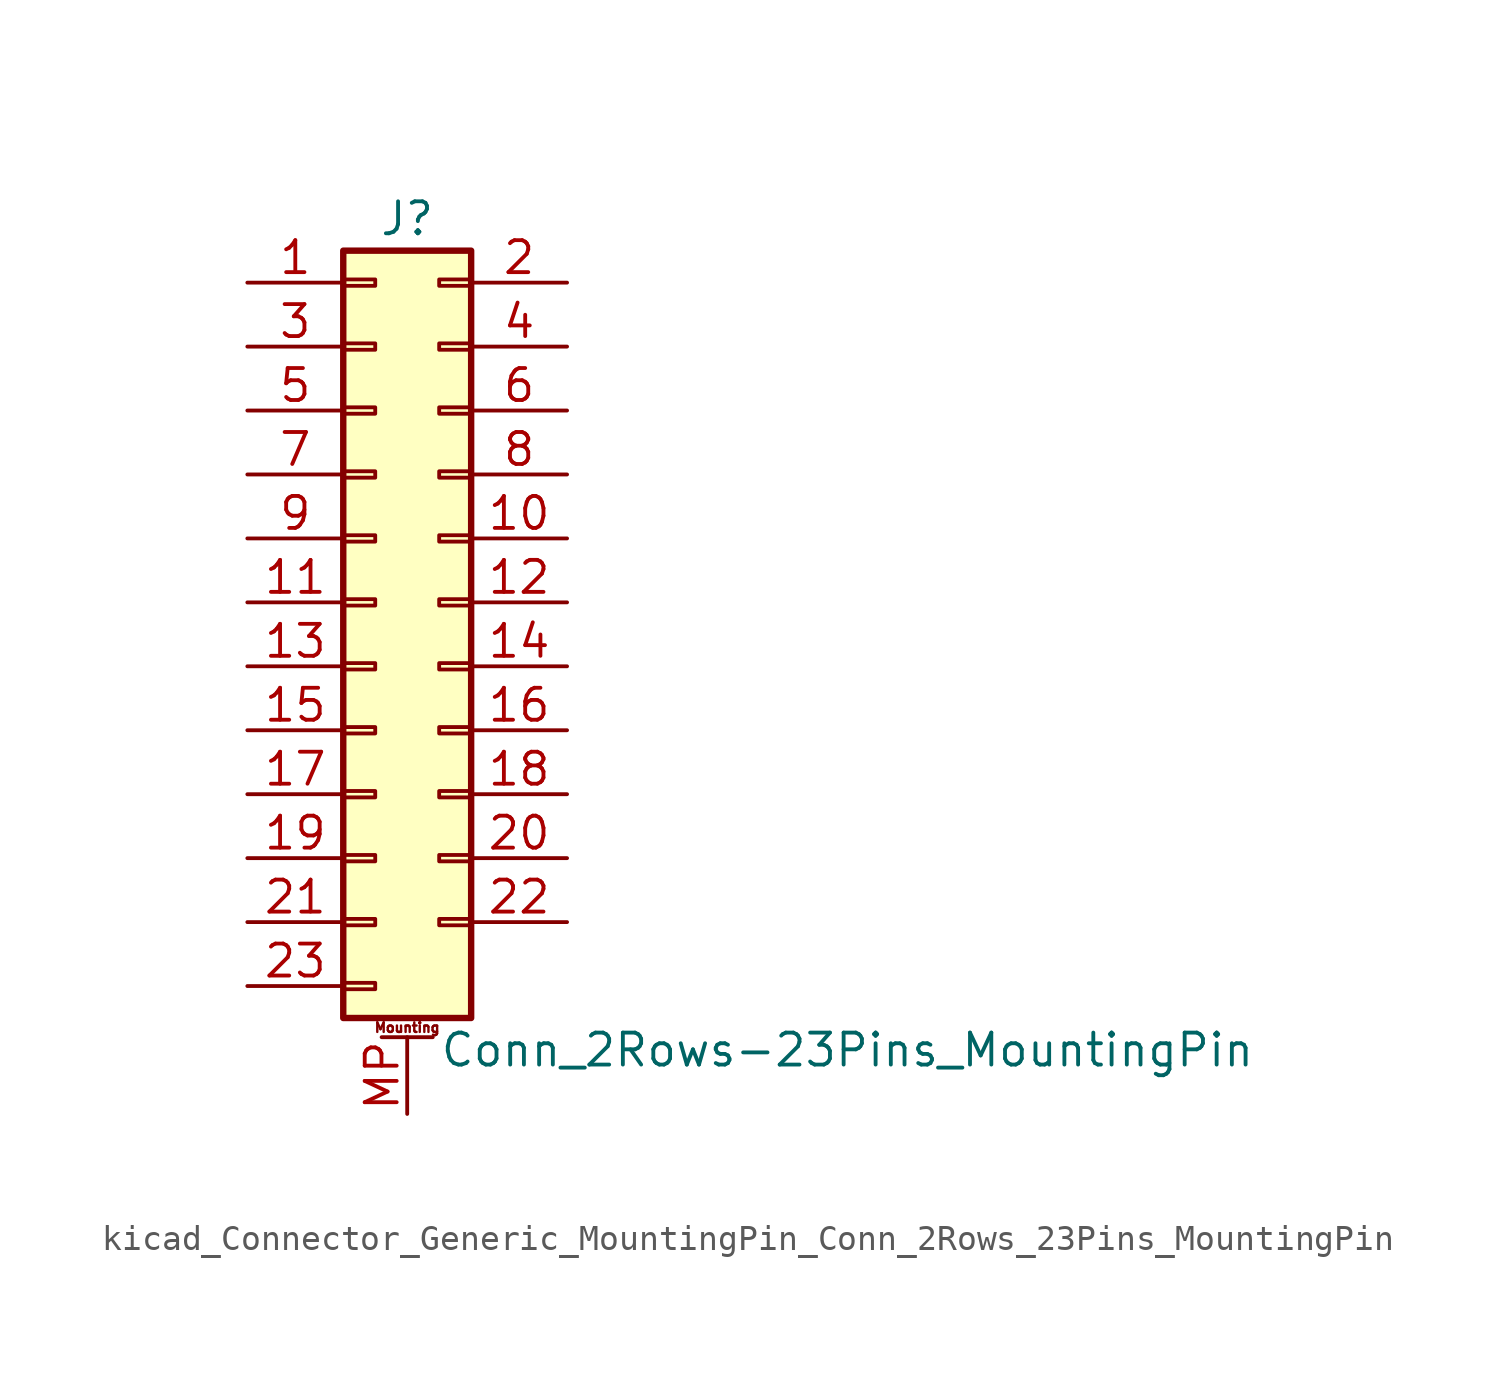
<source format=kicad_sym>
(kicad_symbol_lib
  (version 20220914)
  (generator kicad_symbol_editor)
  (symbol "kicad_Connector_Generic_MountingPin_Conn_2Rows_23Pins_MountingPin"
    (pin_names
      (offset 1.016) hide)
    (property "Reference" "J"
      (at 1.27 15.24 0)
      (effects (font (size 1.27 1.27))))
    (property "Value" "Conn_2Rows-23Pins_MountingPin"
      (at 2.54 -17.78 0)
      (effects (font (size 1.27 1.27)) (justify left)))
    (symbol "kicad_Connector_Generic_MountingPin_Conn_2Rows_23Pins_MountingPin_1_1"
      (rectangle (start -1.27 -15.113) (end 0 -15.367) (stroke (width 0.152) (type default)) (fill (type none)))
      (rectangle (start -1.27 -12.573) (end 0 -12.827) (stroke (width 0.152) (type default)) (fill (type none)))
      (rectangle (start -1.27 -10.033) (end 0 -10.287) (stroke (width 0.152) (type default)) (fill (type none)))
      (rectangle (start -1.27 -7.493) (end 0 -7.747) (stroke (width 0.152) (type default)) (fill (type none)))
      (rectangle (start -1.27 -4.953) (end 0 -5.207) (stroke (width 0.152) (type default)) (fill (type none)))
      (rectangle (start -1.27 -2.413) (end 0 -2.667) (stroke (width 0.152) (type default)) (fill (type none)))
      (rectangle (start -1.27 0.127) (end 0 -0.127) (stroke (width 0.152) (type default)) (fill (type none)))
      (rectangle (start -1.27 2.667) (end 0 2.413) (stroke (width 0.152) (type default)) (fill (type none)))
      (rectangle (start -1.27 5.207) (end 0 4.953) (stroke (width 0.152) (type default)) (fill (type none)))
      (rectangle (start -1.27 7.747) (end 0 7.493) (stroke (width 0.152) (type default)) (fill (type none)))
      (rectangle (start -1.27 10.287) (end 0 10.033) (stroke (width 0.152) (type default)) (fill (type none)))
      (rectangle (start -1.27 12.827) (end 0 12.573) (stroke (width 0.152) (type default)) (fill (type none)))
      (rectangle (start -1.27 13.97) (end 3.81 -16.51) (stroke (width 0.254) (type default)) (fill (type background)))
      (polyline (pts (xy 0.254 -17.272) (xy 2.286 -17.272)) (stroke (width 0.152) (type default)) (fill (type none)))
      (rectangle (start 3.81 -12.573) (end 2.54 -12.827) (stroke (width 0.152) (type default)) (fill (type none)))
      (rectangle (start 3.81 -10.033) (end 2.54 -10.287) (stroke (width 0.152) (type default)) (fill (type none)))
      (rectangle (start 3.81 -7.493) (end 2.54 -7.747) (stroke (width 0.152) (type default)) (fill (type none)))
      (rectangle (start 3.81 -4.953) (end 2.54 -5.207) (stroke (width 0.152) (type default)) (fill (type none)))
      (rectangle (start 3.81 -2.413) (end 2.54 -2.667) (stroke (width 0.152) (type default)) (fill (type none)))
      (rectangle (start 3.81 0.127) (end 2.54 -0.127) (stroke (width 0.152) (type default)) (fill (type none)))
      (rectangle (start 3.81 2.667) (end 2.54 2.413) (stroke (width 0.152) (type default)) (fill (type none)))
      (rectangle (start 3.81 5.207) (end 2.54 4.953) (stroke (width 0.152) (type default)) (fill (type none)))
      (rectangle (start 3.81 7.747) (end 2.54 7.493) (stroke (width 0.152) (type default)) (fill (type none)))
      (rectangle (start 3.81 10.287) (end 2.54 10.033) (stroke (width 0.152) (type default)) (fill (type none)))
      (rectangle (start 3.81 12.827) (end 2.54 12.573) (stroke (width 0.152) (type default)) (fill (type none)))
      (text "Mounting" (at 1.27 -16.891 0) (effects (font (size 0.381 0.381))))
      (pin passive line (at -5.08 12.7 0) (length 3.81) (name "Pin_1" (effects (font (size 1.27 1.27)))) (number "1" (effects (font (size 1.27 1.27)))))
      (pin passive line (at 7.62 2.54 180) (length 3.81) (name "Pin_10" (effects (font (size 1.27 1.27)))) (number "10" (effects (font (size 1.27 1.27)))))
      (pin passive line (at -5.08 0 0) (length 3.81) (name "Pin_11" (effects (font (size 1.27 1.27)))) (number "11" (effects (font (size 1.27 1.27)))))
      (pin passive line (at 7.62 0 180) (length 3.81) (name "Pin_12" (effects (font (size 1.27 1.27)))) (number "12" (effects (font (size 1.27 1.27)))))
      (pin passive line (at -5.08 -2.54 0) (length 3.81) (name "Pin_13" (effects (font (size 1.27 1.27)))) (number "13" (effects (font (size 1.27 1.27)))))
      (pin passive line (at 7.62 -2.54 180) (length 3.81) (name "Pin_14" (effects (font (size 1.27 1.27)))) (number "14" (effects (font (size 1.27 1.27)))))
      (pin passive line (at -5.08 -5.08 0) (length 3.81) (name "Pin_15" (effects (font (size 1.27 1.27)))) (number "15" (effects (font (size 1.27 1.27)))))
      (pin passive line (at 7.62 -5.08 180) (length 3.81) (name "Pin_16" (effects (font (size 1.27 1.27)))) (number "16" (effects (font (size 1.27 1.27)))))
      (pin passive line (at -5.08 -7.62 0) (length 3.81) (name "Pin_17" (effects (font (size 1.27 1.27)))) (number "17" (effects (font (size 1.27 1.27)))))
      (pin passive line (at 7.62 -7.62 180) (length 3.81) (name "Pin_18" (effects (font (size 1.27 1.27)))) (number "18" (effects (font (size 1.27 1.27)))))
      (pin passive line (at -5.08 -10.16 0) (length 3.81) (name "Pin_19" (effects (font (size 1.27 1.27)))) (number "19" (effects (font (size 1.27 1.27)))))
      (pin passive line (at 7.62 12.7 180) (length 3.81) (name "Pin_2" (effects (font (size 1.27 1.27)))) (number "2" (effects (font (size 1.27 1.27)))))
      (pin passive line (at 7.62 -10.16 180) (length 3.81) (name "Pin_20" (effects (font (size 1.27 1.27)))) (number "20" (effects (font (size 1.27 1.27)))))
      (pin passive line (at -5.08 -12.7 0) (length 3.81) (name "Pin_21" (effects (font (size 1.27 1.27)))) (number "21" (effects (font (size 1.27 1.27)))))
      (pin passive line (at 7.62 -12.7 180) (length 3.81) (name "Pin_22" (effects (font (size 1.27 1.27)))) (number "22" (effects (font (size 1.27 1.27)))))
      (pin passive line (at -5.08 -15.24 0) (length 3.81) (name "Pin_23" (effects (font (size 1.27 1.27)))) (number "23" (effects (font (size 1.27 1.27)))))
      (pin passive line (at -5.08 10.16 0) (length 3.81) (name "Pin_3" (effects (font (size 1.27 1.27)))) (number "3" (effects (font (size 1.27 1.27)))))
      (pin passive line (at 7.62 10.16 180) (length 3.81) (name "Pin_4" (effects (font (size 1.27 1.27)))) (number "4" (effects (font (size 1.27 1.27)))))
      (pin passive line (at -5.08 7.62 0) (length 3.81) (name "Pin_5" (effects (font (size 1.27 1.27)))) (number "5" (effects (font (size 1.27 1.27)))))
      (pin passive line (at 7.62 7.62 180) (length 3.81) (name "Pin_6" (effects (font (size 1.27 1.27)))) (number "6" (effects (font (size 1.27 1.27)))))
      (pin passive line (at -5.08 5.08 0) (length 3.81) (name "Pin_7" (effects (font (size 1.27 1.27)))) (number "7" (effects (font (size 1.27 1.27)))))
      (pin passive line (at 7.62 5.08 180) (length 3.81) (name "Pin_8" (effects (font (size 1.27 1.27)))) (number "8" (effects (font (size 1.27 1.27)))))
      (pin passive line (at -5.08 2.54 0) (length 3.81) (name "Pin_9" (effects (font (size 1.27 1.27)))) (number "9" (effects (font (size 1.27 1.27)))))
      (pin passive line (at 1.27 -20.32 90) (length 3.048) (name "MountPin" (effects (font (size 1.27 1.27)))) (number "MP" (effects (font (size 1.27 1.27))))))))
</source>
